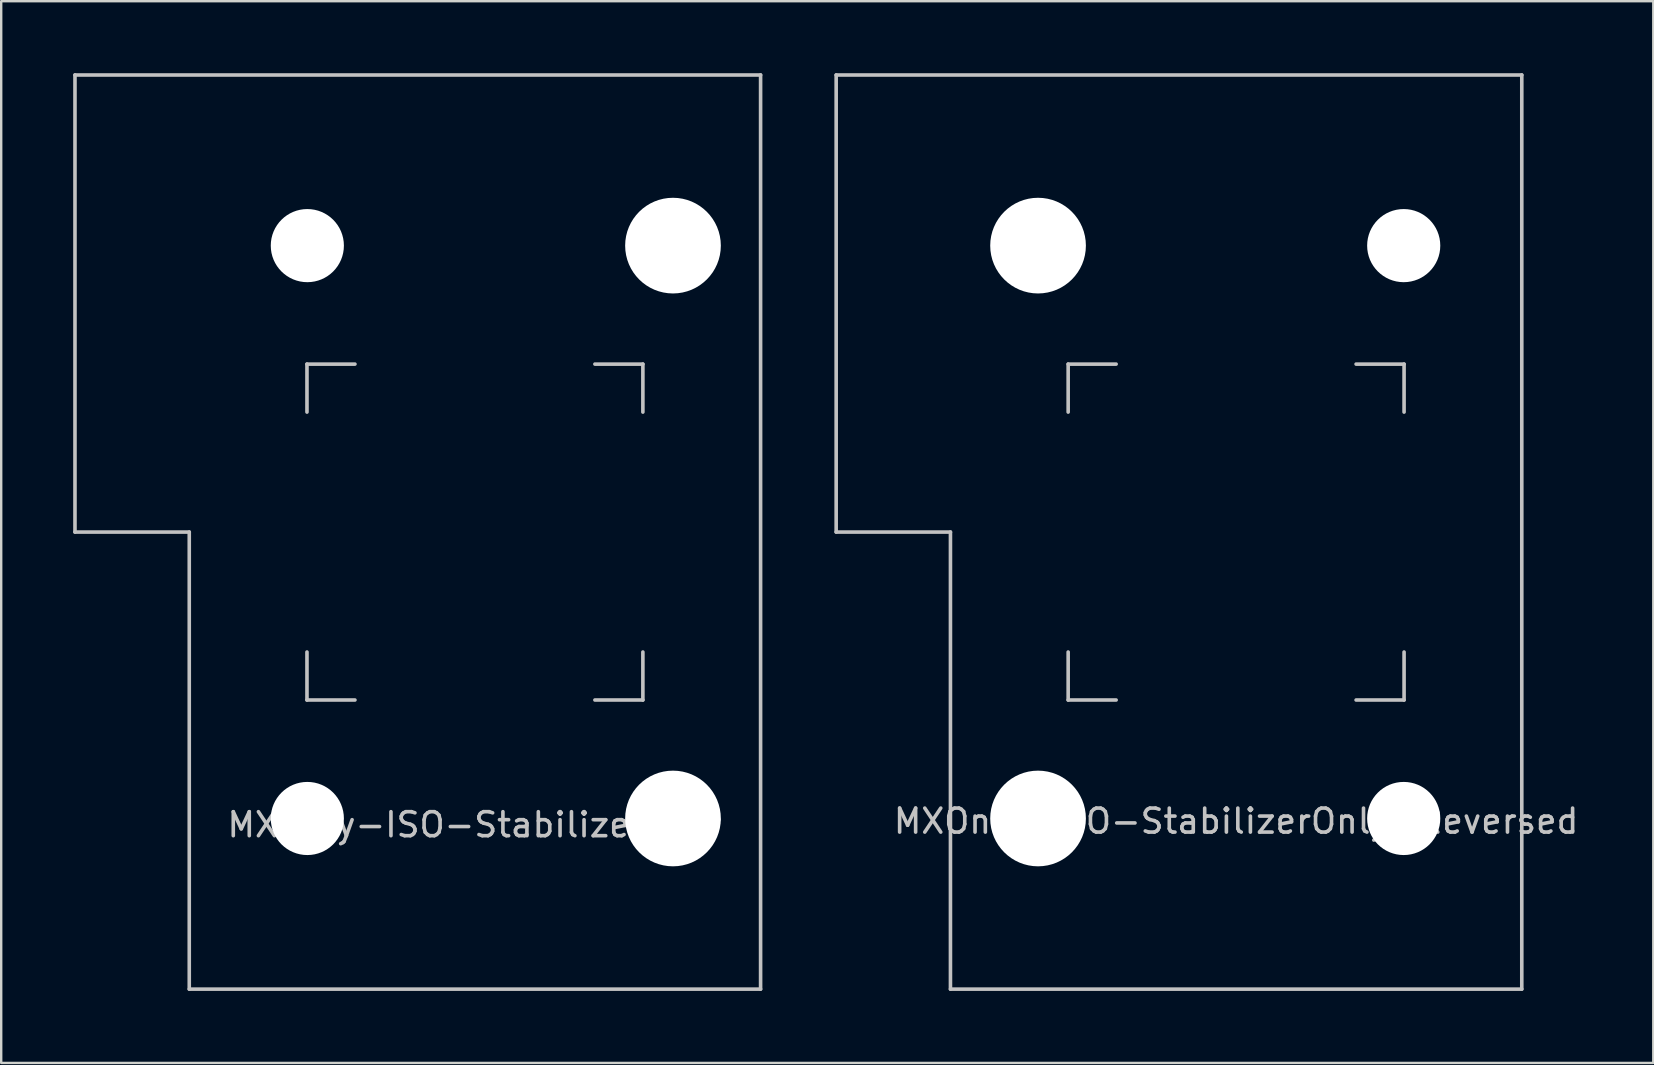
<source format=kicad_pcb>
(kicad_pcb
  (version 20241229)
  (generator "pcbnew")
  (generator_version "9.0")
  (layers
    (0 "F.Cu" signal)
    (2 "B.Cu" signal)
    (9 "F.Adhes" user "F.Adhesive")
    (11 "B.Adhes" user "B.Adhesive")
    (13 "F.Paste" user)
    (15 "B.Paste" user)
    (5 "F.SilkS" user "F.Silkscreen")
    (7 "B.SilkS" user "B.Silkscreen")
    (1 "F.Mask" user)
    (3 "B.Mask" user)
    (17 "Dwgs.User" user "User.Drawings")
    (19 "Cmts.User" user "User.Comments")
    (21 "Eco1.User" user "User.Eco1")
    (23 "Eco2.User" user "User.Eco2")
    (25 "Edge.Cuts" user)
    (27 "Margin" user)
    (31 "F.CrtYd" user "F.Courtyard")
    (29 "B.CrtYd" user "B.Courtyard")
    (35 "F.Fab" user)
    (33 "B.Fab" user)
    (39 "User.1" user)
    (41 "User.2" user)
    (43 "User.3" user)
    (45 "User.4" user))
  (footprint "MXOnly-ISO-StabilizerOnly-Reversed"
    (layer "F.Cu")
    (at 48.469 19.125)
    (property "Reference" "MXOnly-ISO-StabilizerOnly-Reversed" (at 0 12.05 0) (layer "Dwgs.User") (effects (font (size 1 1) (thickness 0.15))))
    (attr through_hole)
    (fp_line (start -16.669 -19.05) (end -16.669 0) (stroke (width 0.15) (type solid)) (layer "Dwgs.User"))
    (fp_line (start -16.669 -19.05) (end 11.906 -19.05) (stroke (width 0.15) (type solid)) (layer "Dwgs.User"))
    (fp_line (start -11.906 0) (end -16.669 0) (stroke (width 0.15) (type solid)) (layer "Dwgs.User"))
    (fp_line (start -11.906 19.05) (end -11.906 0) (stroke (width 0.15) (type solid)) (layer "Dwgs.User"))
    (fp_line (start -11.906 19.05) (end 11.906 19.05) (stroke (width 0.15) (type solid)) (layer "Dwgs.User"))
    (fp_line (start -7 -7) (end -7 -5) (stroke (width 0.15) (type solid)) (layer "Dwgs.User"))
    (fp_line (start -7 5) (end -7 7) (stroke (width 0.15) (type solid)) (layer "Dwgs.User"))
    (fp_line (start -7 7) (end -5 7) (stroke (width 0.15) (type solid)) (layer "Dwgs.User"))
    (fp_line (start -5 -7) (end -7 -7) (stroke (width 0.15) (type solid)) (layer "Dwgs.User"))
    (fp_line (start 5 -7) (end 7 -7) (stroke (width 0.15) (type solid)) (layer "Dwgs.User"))
    (fp_line (start 5 7) (end 7 7) (stroke (width 0.15) (type solid)) (layer "Dwgs.User"))
    (fp_line (start 7 -7) (end 7 -5) (stroke (width 0.15) (type solid)) (layer "Dwgs.User"))
    (fp_line (start 7 7) (end 7 5) (stroke (width 0.15) (type solid)) (layer "Dwgs.User"))
    (fp_line (start 11.906 -19.05) (end 11.906 19.05) (stroke (width 0.15) (type solid)) (layer "Dwgs.User"))
    (pad "" np_thru_hole circle (at -8.255 -11.938) (size 3.988 3.988) (drill 3.988) (layers "*.Cu" "*.Mask"))
    (pad "" np_thru_hole circle (at -8.255 11.938) (size 3.988 3.988) (drill 3.988) (layers "*.Cu" "*.Mask"))
    (pad "" np_thru_hole circle (at 6.985 -11.938) (size 3.048 3.048) (drill 3.048) (layers "*.Cu" "*.Mask"))
    (pad "" np_thru_hole circle (at 6.985 11.938) (size 3.048 3.048) (drill 3.048) (layers "*.Cu" "*.Mask")))
  (footprint "MXOnly-ISO-StabilizerOnly"
    (layer "F.Cu")
    (at 16.744 19.125)
    (property "Reference" "MXOnly-ISO-StabilizerOnly" (at 0 12.2 180) (layer "Dwgs.User") (effects (font (size 1 1) (thickness 0.15))))
    (attr through_hole)
    (fp_line (start -16.669 -19.05) (end -16.669 0) (stroke (width 0.15) (type solid)) (layer "Dwgs.User"))
    (fp_line (start -16.669 -19.05) (end 11.906 -19.05) (stroke (width 0.15) (type solid)) (layer "Dwgs.User"))
    (fp_line (start -11.906 0) (end -16.669 0) (stroke (width 0.15) (type solid)) (layer "Dwgs.User"))
    (fp_line (start -11.906 19.05) (end -11.906 0) (stroke (width 0.15) (type solid)) (layer "Dwgs.User"))
    (fp_line (start -11.906 19.05) (end 11.906 19.05) (stroke (width 0.15) (type solid)) (layer "Dwgs.User"))
    (fp_line (start -7 -7) (end -7 -5) (stroke (width 0.15) (type solid)) (layer "Dwgs.User"))
    (fp_line (start -7 5) (end -7 7) (stroke (width 0.15) (type solid)) (layer "Dwgs.User"))
    (fp_line (start -7 7) (end -5 7) (stroke (width 0.15) (type solid)) (layer "Dwgs.User"))
    (fp_line (start -5 -7) (end -7 -7) (stroke (width 0.15) (type solid)) (layer "Dwgs.User"))
    (fp_line (start 5 -7) (end 7 -7) (stroke (width 0.15) (type solid)) (layer "Dwgs.User"))
    (fp_line (start 5 7) (end 7 7) (stroke (width 0.15) (type solid)) (layer "Dwgs.User"))
    (fp_line (start 7 -7) (end 7 -5) (stroke (width 0.15) (type solid)) (layer "Dwgs.User"))
    (fp_line (start 7 7) (end 7 5) (stroke (width 0.15) (type solid)) (layer "Dwgs.User"))
    (fp_line (start 11.906 -19.05) (end 11.906 19.05) (stroke (width 0.15) (type solid)) (layer "Dwgs.User"))
    (pad "" np_thru_hole circle (at -6.985 -11.938) (size 3.048 3.048) (drill 3.048) (layers "*.Cu" "*.Mask"))
    (pad "" np_thru_hole circle (at -6.985 11.938) (size 3.048 3.048) (drill 3.048) (layers "*.Cu" "*.Mask"))
    (pad "" np_thru_hole circle (at 8.255 -11.938) (size 3.988 3.988) (drill 3.988) (layers "*.Cu" "*.Mask"))
    (pad "" np_thru_hole circle (at 8.255 11.938) (size 3.988 3.988) (drill 3.988) (layers "*.Cu" "*.Mask")))
  (gr_rect
    (start -3 -3)
    (end 65.856 41.25)
    (stroke (width 0.1) (type default))
    (fill no)
    (layer "Edge.Cuts")))
</source>
